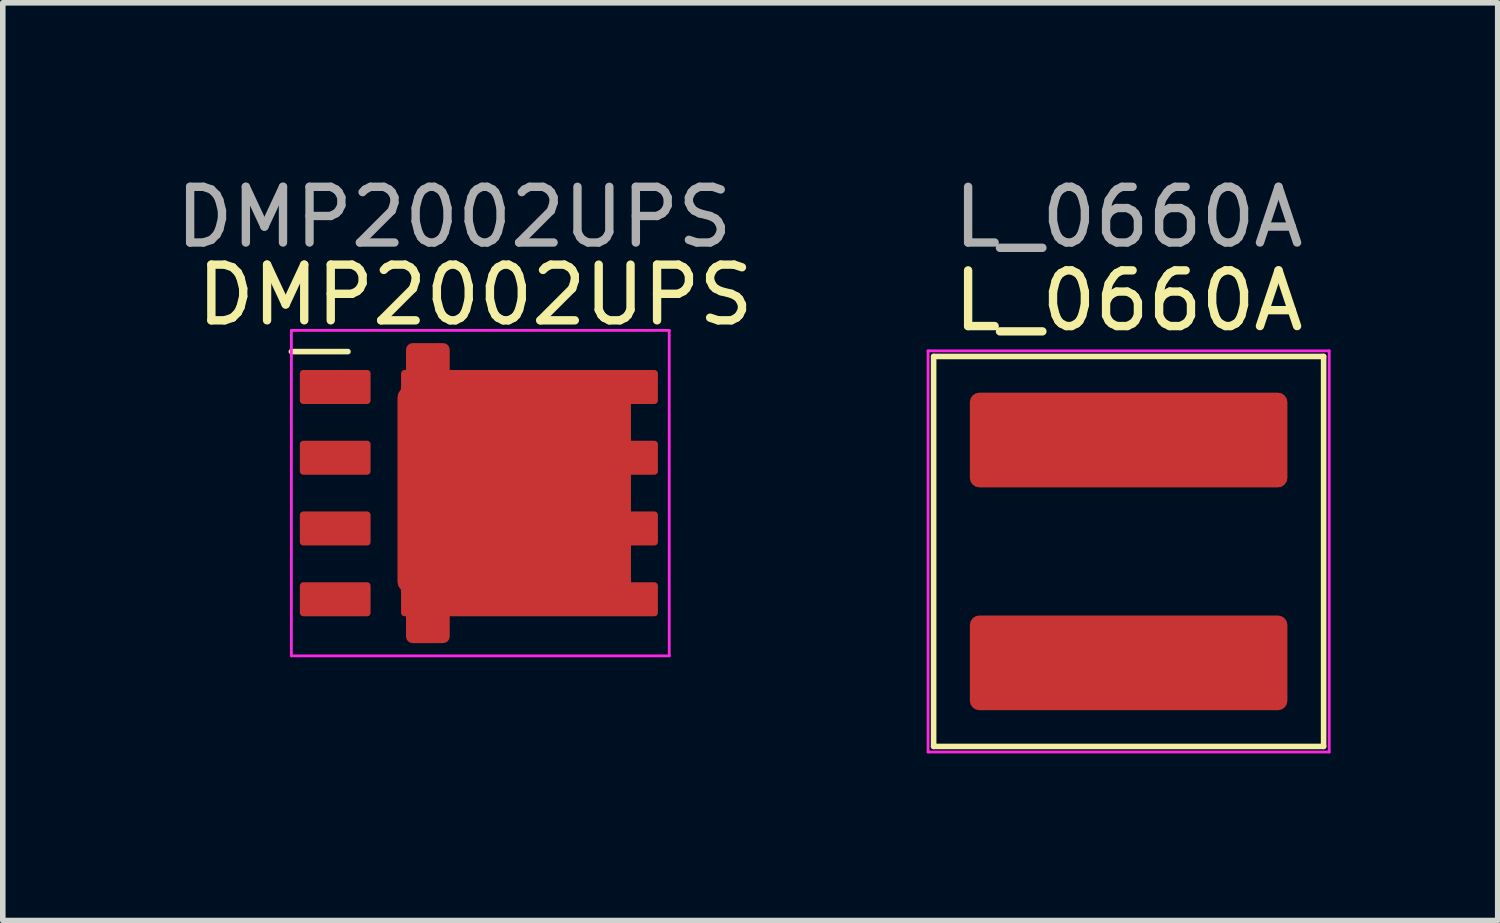
<source format=kicad_pcb>
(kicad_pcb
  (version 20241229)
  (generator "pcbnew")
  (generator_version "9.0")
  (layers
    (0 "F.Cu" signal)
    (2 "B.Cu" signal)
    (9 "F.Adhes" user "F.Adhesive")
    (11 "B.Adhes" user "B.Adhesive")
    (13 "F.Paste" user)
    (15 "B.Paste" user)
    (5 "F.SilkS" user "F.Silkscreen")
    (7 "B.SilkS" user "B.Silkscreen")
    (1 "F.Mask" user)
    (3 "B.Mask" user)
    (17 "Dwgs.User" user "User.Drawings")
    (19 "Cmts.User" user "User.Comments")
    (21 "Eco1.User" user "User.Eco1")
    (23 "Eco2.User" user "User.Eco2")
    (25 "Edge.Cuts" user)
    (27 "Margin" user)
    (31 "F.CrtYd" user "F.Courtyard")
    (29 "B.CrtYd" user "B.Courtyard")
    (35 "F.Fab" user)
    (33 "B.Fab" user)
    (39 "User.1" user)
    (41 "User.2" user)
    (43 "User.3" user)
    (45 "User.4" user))
  (footprint "DMP2002UPS"
    (layer "F.Cu")
    (at 5.101 5.801)
    (property "Reference" "DMP2002UPS" (at 0.381 -3.556 0) (unlocked yes) (layer "F.SilkS") (effects (font (size 1 1) (thickness 0.15))))
    (attr smd)
    (fp_line (start -2.921 -2.54) (end -1.905 -2.54) (stroke (width 0.1) (type default)) (layer "F.SilkS"))
    (fp_line (start -2.921 -2.921) (end -2.921 2.921) (stroke (width 0.05) (type default)) (layer "F.CrtYd"))
    (fp_line (start -2.921 2.921) (end 3.861 2.921) (stroke (width 0.05) (type default)) (layer "F.CrtYd"))
    (fp_line (start 3.861 -2.921) (end -2.921 -2.921) (stroke (width 0.05) (type default)) (layer "F.CrtYd"))
    (fp_line (start 3.861 2.921) (end 3.861 -2.921) (stroke (width 0.05) (type default)) (layer "F.CrtYd"))
    (fp_text user "${REFERENCE}" (at 0 -4.953 0) (unlocked yes) (layer "F.Fab") (effects (font (size 1 1) (thickness 0.15))))
    (pad "1" smd roundrect (at -2.134 -1.905) (size 1.27 0.61) (layers "F.Cu" "F.Mask" "F.Paste") (roundrect_rratio 0.1))
    (pad "2" smd roundrect (at -2.134 -0.635) (size 1.27 0.61) (layers "F.Cu" "F.Mask" "F.Paste") (roundrect_rratio 0.1))
    (pad "3" smd roundrect (at -2.134 0.635) (size 1.27 0.61) (layers "F.Cu" "F.Mask" "F.Paste") (roundrect_rratio 0.1))
    (pad "4" smd roundrect (at -2.134 1.905) (size 1.27 0.61) (layers "F.Cu" "F.Mask" "F.Paste") (roundrect_rratio 0.1))
    (pad "5" smd roundrect (at -0.471 0) (size 0.784 5.385) (layers "F.Cu" "F.Mask" "F.Paste") (roundrect_rratio 0.15))
    (pad "5" smd roundrect (at 1.079 -0.064) (size 4.191 3.683) (layers "F.Cu" "F.Mask" "F.Paste") (roundrect_rratio 0.05))
    (pad "5" smd roundrect (at 1.353 1.905) (size 4.61 0.61) (layers "F.Cu" "F.Mask" "F.Paste") (roundrect_rratio 0.1))
    (pad "6" smd roundrect (at 1.353 0.635) (size 4.61 0.61) (layers "F.Cu" "F.Mask" "F.Paste") (roundrect_rratio 0.1))
    (pad "7" smd roundrect (at 1.353 -0.635) (size 4.61 0.61) (layers "F.Cu" "F.Mask" "F.Paste") (roundrect_rratio 0.1))
    (pad "8" smd roundrect (at 1.353 -1.905) (size 4.61 0.61) (layers "F.Cu" "F.Mask" "F.Paste") (roundrect_rratio 0.1)))
  (footprint "L_0660A"
    (layer "F.Cu")
    (at 17.208 6.848)
    (property "Reference" "L_0660A" (at 0 -4.5 0) (unlocked yes) (layer "F.SilkS") (effects (font (size 1 1) (thickness 0.15))))
    (attr smd)
    (fp_line (start -3.5 -3.5) (end -3.5 3.5) (stroke (width 0.1) (type default)) (layer "F.SilkS"))
    (fp_line (start -3.5 3.5) (end 3.5 3.5) (stroke (width 0.1) (type default)) (layer "F.SilkS"))
    (fp_line (start 3.5 -3.5) (end -3.5 -3.5) (stroke (width 0.1) (type default)) (layer "F.SilkS"))
    (fp_line (start 3.5 3.5) (end 3.5 -3.5) (stroke (width 0.1) (type default)) (layer "F.SilkS"))
    (fp_line (start -3.6 -3.6) (end -3.6 3.6) (stroke (width 0.05) (type default)) (layer "F.CrtYd"))
    (fp_line (start -3.6 3.6) (end 3.6 3.6) (stroke (width 0.05) (type default)) (layer "F.CrtYd"))
    (fp_line (start 3.6 -3.6) (end -3.6 -3.6) (stroke (width 0.05) (type default)) (layer "F.CrtYd"))
    (fp_line (start 3.6 3.6) (end 3.6 -3.6) (stroke (width 0.05) (type default)) (layer "F.CrtYd"))
    (fp_text user "${REFERENCE}" (at 0 -6 0) (unlocked yes) (layer "F.Fab") (effects (font (size 1 1) (thickness 0.15))))
    (pad "1" smd roundrect (at 0 2) (size 5.7 1.7) (layers "F.Cu" "F.Mask" "F.Paste") (roundrect_rratio 0.1))
    (pad "2" smd roundrect (at 0 -2) (size 5.7 1.7) (layers "F.Cu" "F.Mask" "F.Paste") (roundrect_rratio 0.1)))
  (gr_rect
    (start -3 -3)
    (end 23.833 13.473)
    (stroke (width 0.1) (type default))
    (fill no)
    (layer "Edge.Cuts")))
</source>
